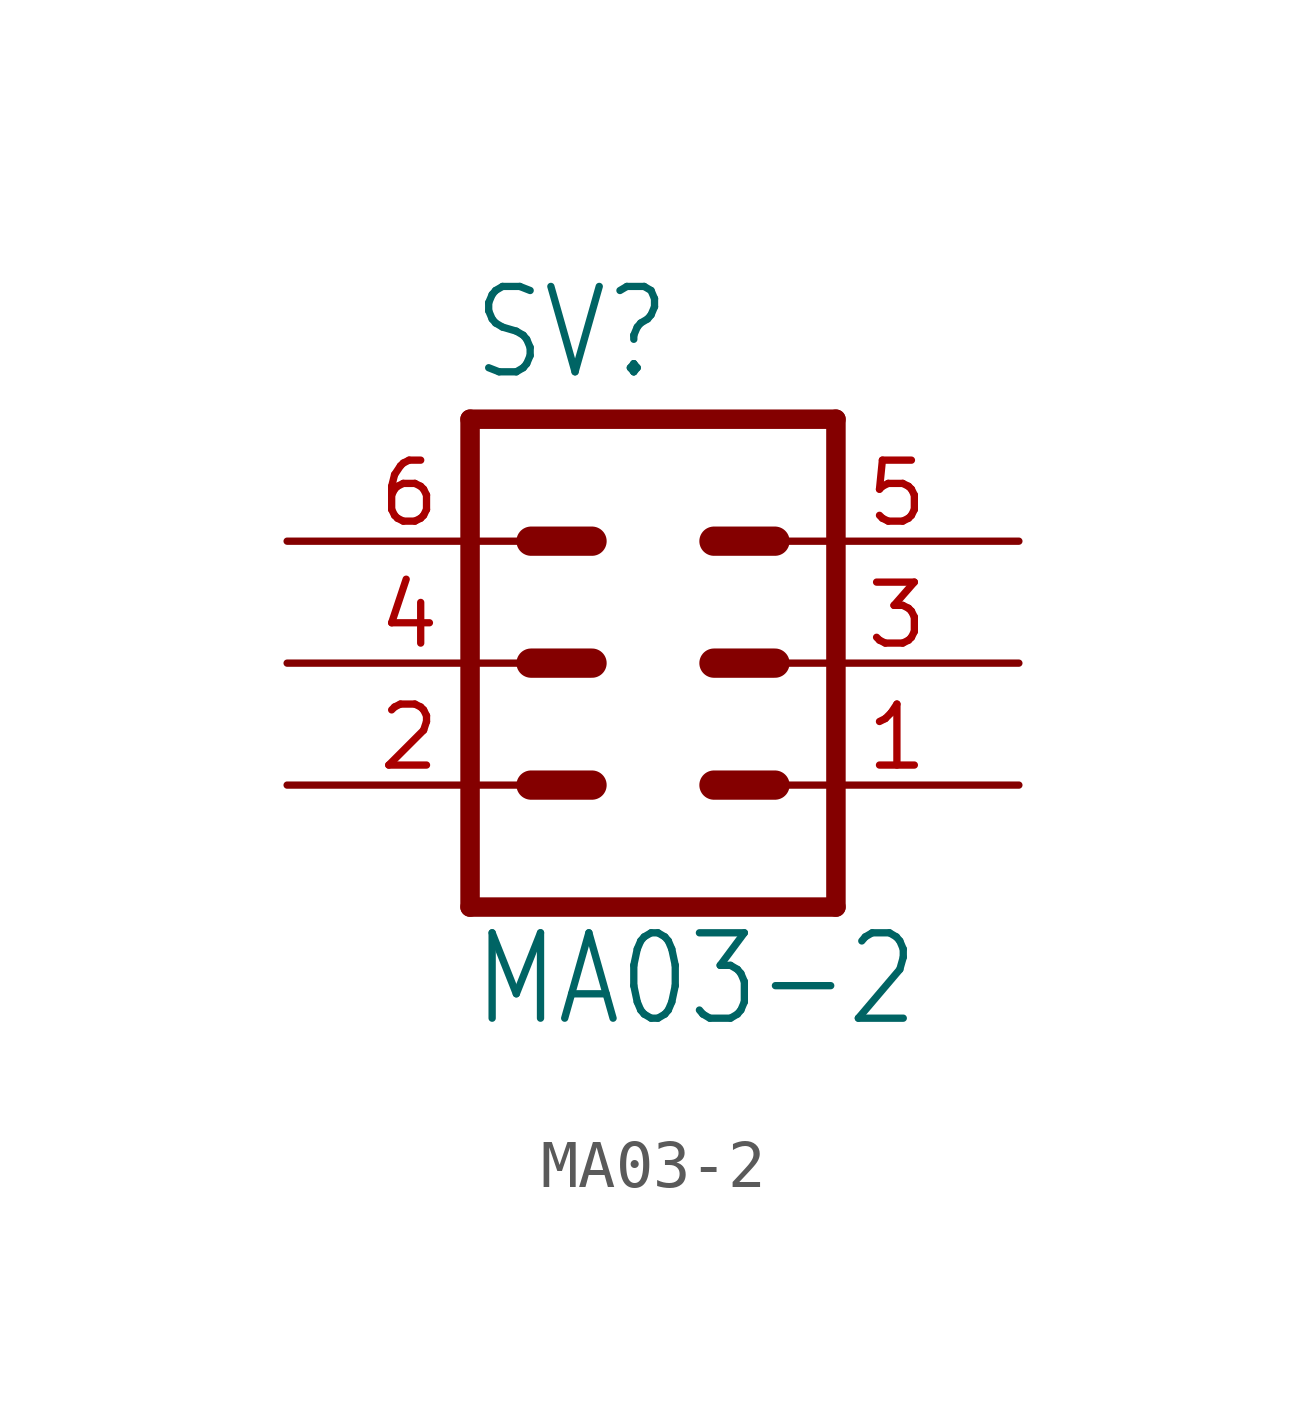
<source format=kicad_sym>
(kicad_symbol_lib
  (version 20211014)
  (generator kicad_symbol_editor)
  (symbol "MA03-2"
    (property "Reference" "SV"
      (at -3.81 5.842 0)
      (effects (font (size 1.778 1.511)) (justify left bottom)))
    (property "Value" "MA03-2"
      (at -3.81 -7.62 0)
      (effects (font (size 1.778 1.511)) (justify left bottom)))
    (property "ki_locked" ""
      (at 0 0 0)
      (effects (font (size 1.27 1.27))))
    (symbol "MA03-2_1_0"
      (polyline (pts (xy -3.81 5.08) (xy -3.81 -5.08)) (stroke (width 0.406) (type default) (color 0 0 0 0)) (fill (type none)))
      (polyline (pts (xy -3.81 5.08) (xy 3.81 5.08)) (stroke (width 0.406) (type default) (color 0 0 0 0)) (fill (type none)))
      (polyline (pts (xy -2.54 -2.54) (xy -1.27 -2.54)) (stroke (width 0.61) (type default) (color 0 0 0 0)) (fill (type none)))
      (polyline (pts (xy -2.54 0) (xy -1.27 0)) (stroke (width 0.61) (type default) (color 0 0 0 0)) (fill (type none)))
      (polyline (pts (xy -2.54 2.54) (xy -1.27 2.54)) (stroke (width 0.61) (type default) (color 0 0 0 0)) (fill (type none)))
      (polyline (pts (xy 1.27 -2.54) (xy 2.54 -2.54)) (stroke (width 0.61) (type default) (color 0 0 0 0)) (fill (type none)))
      (polyline (pts (xy 1.27 0) (xy 2.54 0)) (stroke (width 0.61) (type default) (color 0 0 0 0)) (fill (type none)))
      (polyline (pts (xy 1.27 2.54) (xy 2.54 2.54)) (stroke (width 0.61) (type default) (color 0 0 0 0)) (fill (type none)))
      (polyline (pts (xy 3.81 -5.08) (xy -3.81 -5.08)) (stroke (width 0.406) (type default) (color 0 0 0 0)) (fill (type none)))
      (polyline (pts (xy 3.81 -5.08) (xy 3.81 5.08)) (stroke (width 0.406) (type default) (color 0 0 0 0)) (fill (type none)))
      (pin passive line (at 7.62 -2.54 180) (length 5.08) (name "1" (effects (font (size 0 0)))) (number "1" (effects (font (size 1.27 1.27)))))
      (pin passive line (at -7.62 -2.54 0) (length 5.08) (name "2" (effects (font (size 0 0)))) (number "2" (effects (font (size 1.27 1.27)))))
      (pin passive line (at 7.62 0 180) (length 5.08) (name "3" (effects (font (size 0 0)))) (number "3" (effects (font (size 1.27 1.27)))))
      (pin passive line (at -7.62 0 0) (length 5.08) (name "4" (effects (font (size 0 0)))) (number "4" (effects (font (size 1.27 1.27)))))
      (pin passive line (at 7.62 2.54 180) (length 5.08) (name "5" (effects (font (size 0 0)))) (number "5" (effects (font (size 1.27 1.27)))))
      (pin passive line (at -7.62 2.54 0) (length 5.08) (name "6" (effects (font (size 0 0)))) (number "6" (effects (font (size 1.27 1.27))))))))
</source>
